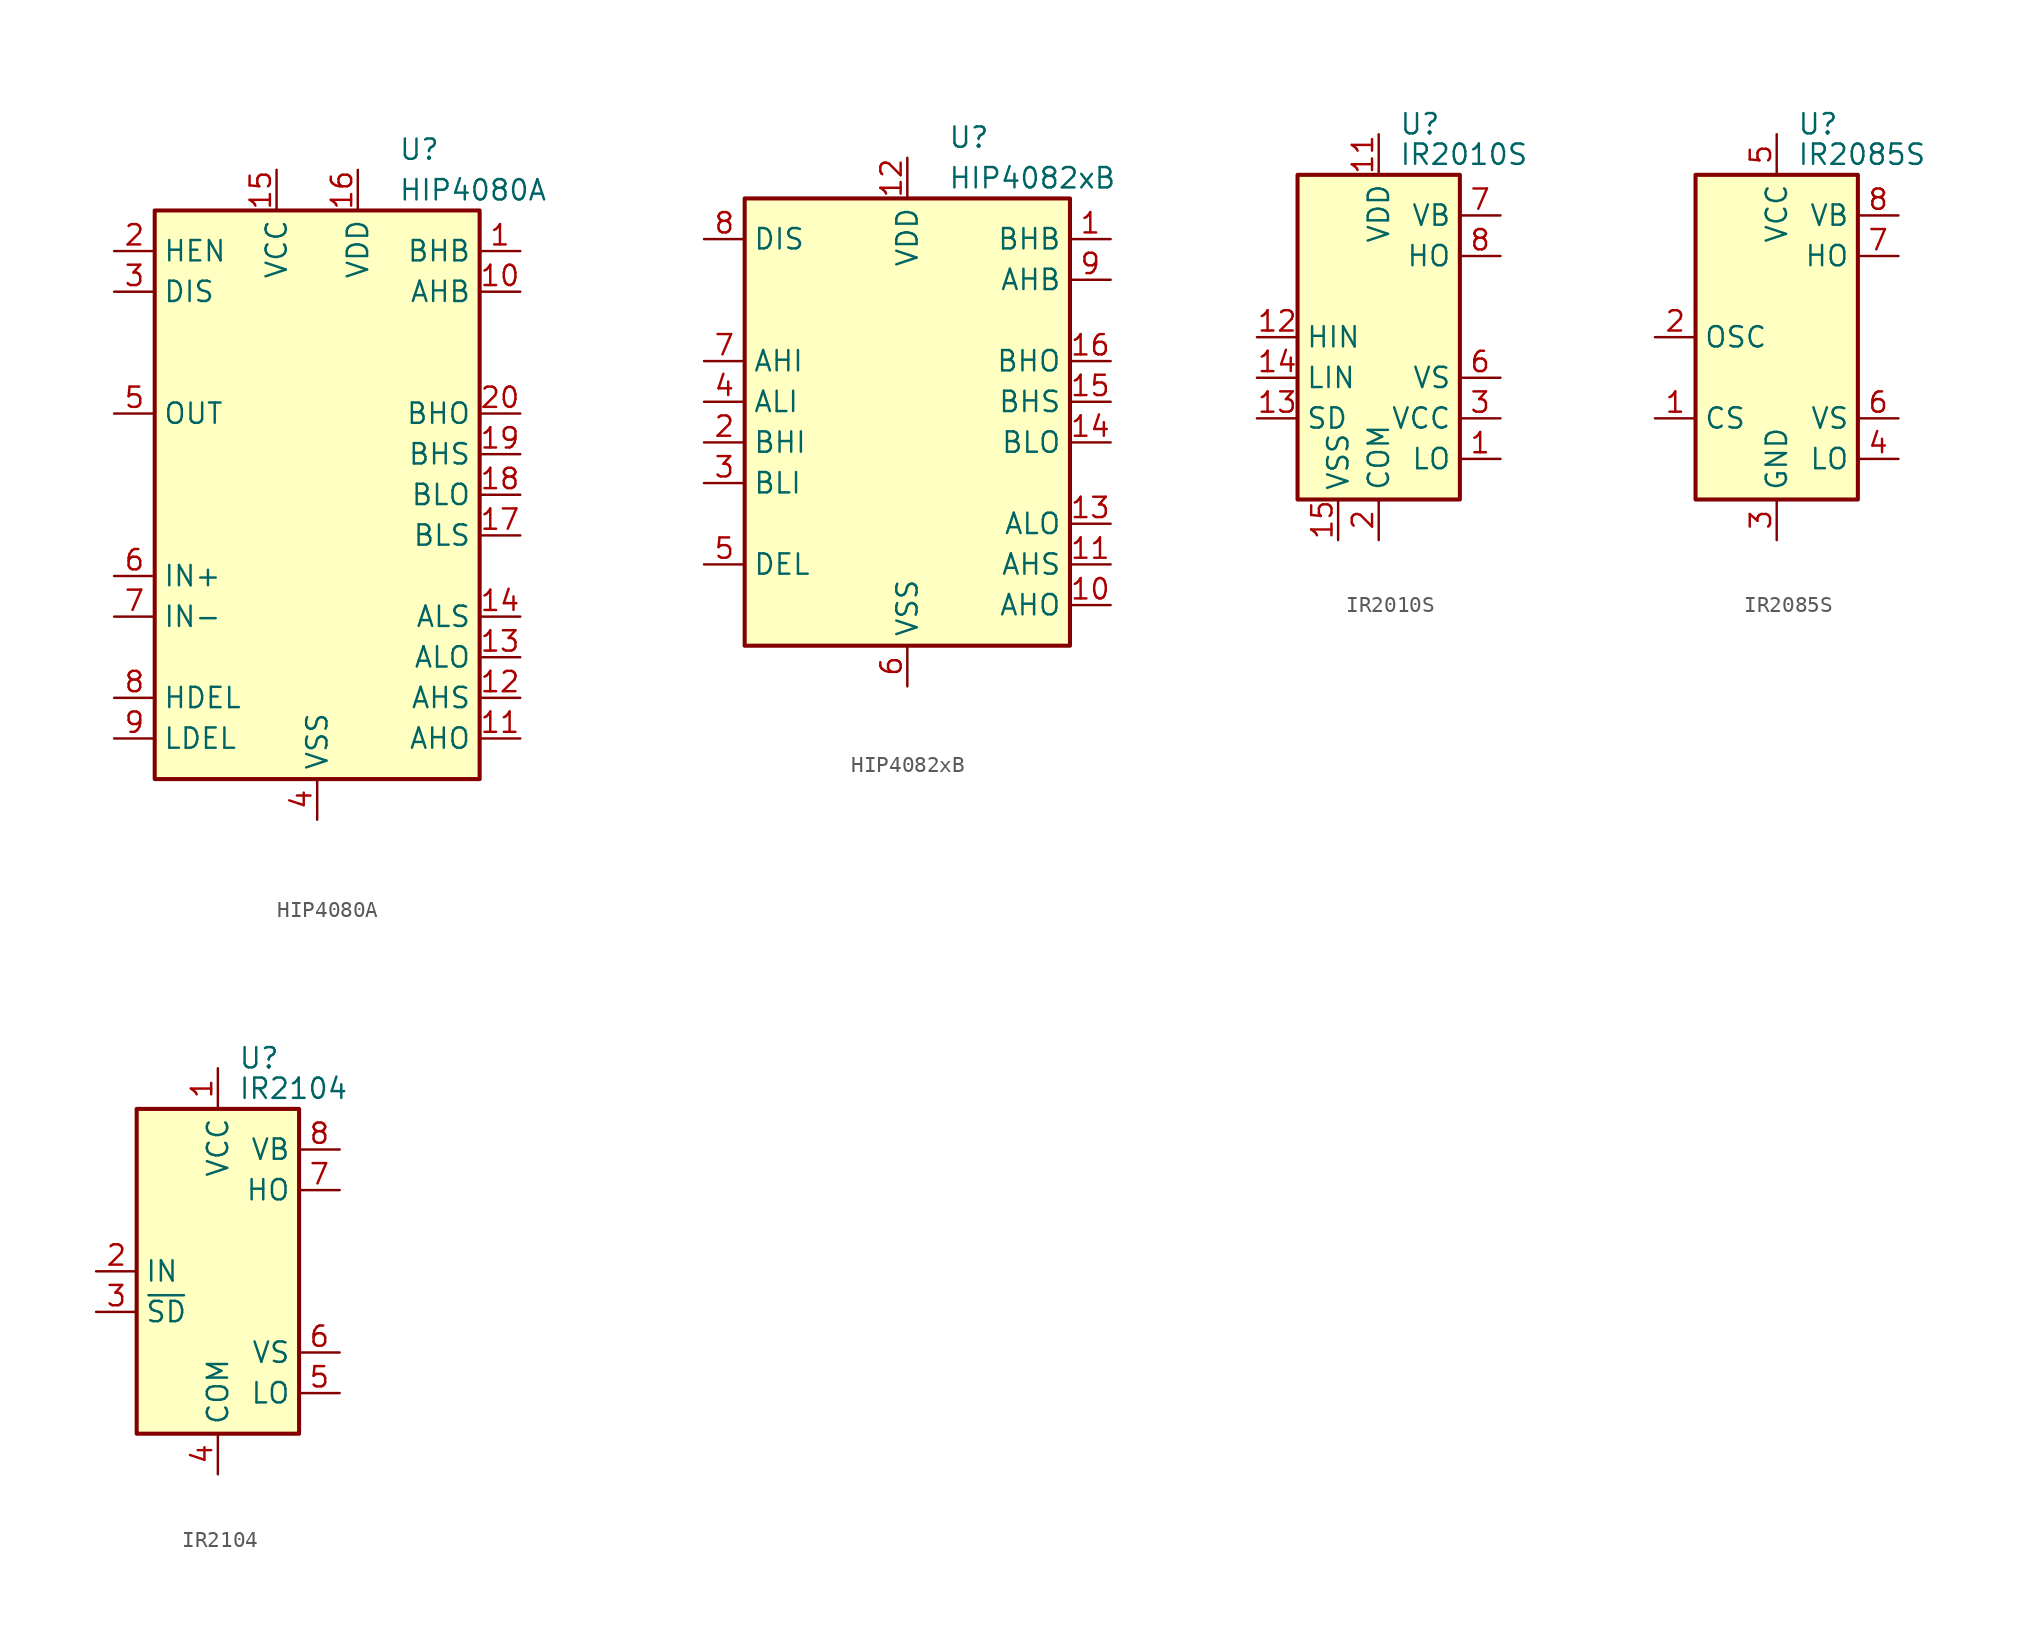
<source format=kicad_sym>
(kicad_symbol_lib
  (version 20220914)
  (generator kicad_symbol_editor)
  (symbol "HIP4080A"
    (property "Reference" "U"
      (at 5.08 21.59 0)
      (effects (font (size 1.27 1.27)) (justify left)))
    (property "Value" "HIP4080A"
      (at 5.08 19.05 0)
      (effects (font (size 1.27 1.27)) (justify left)))
    (symbol "HIP4080A_0_1"
      (rectangle (start -10.16 -17.78) (end 10.16 17.78) (stroke (width 0.254) (type default)) (fill (type background))))
    (symbol "HIP4080A_1_1"
      (pin input line (at 12.7 15.24 180) (length 2.54) (name "BHB" (effects (font (size 1.27 1.27)))) (number "1" (effects (font (size 1.27 1.27)))))
      (pin input line (at 12.7 12.7 180) (length 2.54) (name "AHB" (effects (font (size 1.27 1.27)))) (number "10" (effects (font (size 1.27 1.27)))))
      (pin output line (at 12.7 -15.24 180) (length 2.54) (name "AHO" (effects (font (size 1.27 1.27)))) (number "11" (effects (font (size 1.27 1.27)))))
      (pin passive line (at 12.7 -12.7 180) (length 2.54) (name "AHS" (effects (font (size 1.27 1.27)))) (number "12" (effects (font (size 1.27 1.27)))))
      (pin output line (at 12.7 -10.16 180) (length 2.54) (name "ALO" (effects (font (size 1.27 1.27)))) (number "13" (effects (font (size 1.27 1.27)))))
      (pin passive line (at 12.7 -7.62 180) (length 2.54) (name "ALS" (effects (font (size 1.27 1.27)))) (number "14" (effects (font (size 1.27 1.27)))))
      (pin power_in line (at -2.54 20.32 270) (length 2.54) (name "VCC" (effects (font (size 1.27 1.27)))) (number "15" (effects (font (size 1.27 1.27)))))
      (pin power_in line (at 2.54 20.32 270) (length 2.54) (name "VDD" (effects (font (size 1.27 1.27)))) (number "16" (effects (font (size 1.27 1.27)))))
      (pin passive line (at 12.7 -2.54 180) (length 2.54) (name "BLS" (effects (font (size 1.27 1.27)))) (number "17" (effects (font (size 1.27 1.27)))))
      (pin output line (at 12.7 0 180) (length 2.54) (name "BLO" (effects (font (size 1.27 1.27)))) (number "18" (effects (font (size 1.27 1.27)))))
      (pin passive line (at 12.7 2.54 180) (length 2.54) (name "BHS" (effects (font (size 1.27 1.27)))) (number "19" (effects (font (size 1.27 1.27)))))
      (pin output line (at -12.7 15.24 0) (length 2.54) (name "HEN" (effects (font (size 1.27 1.27)))) (number "2" (effects (font (size 1.27 1.27)))))
      (pin output line (at 12.7 5.08 180) (length 2.54) (name "BHO" (effects (font (size 1.27 1.27)))) (number "20" (effects (font (size 1.27 1.27)))))
      (pin output line (at -12.7 12.7 0) (length 2.54) (name "DIS" (effects (font (size 1.27 1.27)))) (number "3" (effects (font (size 1.27 1.27)))))
      (pin power_in line (at 0 -20.32 90) (length 2.54) (name "VSS" (effects (font (size 1.27 1.27)))) (number "4" (effects (font (size 1.27 1.27)))))
      (pin output line (at -12.7 5.08 0) (length 2.54) (name "OUT" (effects (font (size 1.27 1.27)))) (number "5" (effects (font (size 1.27 1.27)))))
      (pin input line (at -12.7 -5.08 0) (length 2.54) (name "IN+" (effects (font (size 1.27 1.27)))) (number "6" (effects (font (size 1.27 1.27)))))
      (pin input line (at -12.7 -7.62 0) (length 2.54) (name "IN-" (effects (font (size 1.27 1.27)))) (number "7" (effects (font (size 1.27 1.27)))))
      (pin passive line (at -12.7 -12.7 0) (length 2.54) (name "HDEL" (effects (font (size 1.27 1.27)))) (number "8" (effects (font (size 1.27 1.27)))))
      (pin passive line (at -12.7 -15.24 0) (length 2.54) (name "LDEL" (effects (font (size 1.27 1.27)))) (number "9" (effects (font (size 1.27 1.27)))))))
  (symbol "HIP4082xB"
    (property "Reference" "U"
      (at 2.54 16.51 0)
      (effects (font (size 1.27 1.27)) (justify left)))
    (property "Value" "HIP4082xB"
      (at 2.54 13.97 0)
      (effects (font (size 1.27 1.27)) (justify left)))
    (symbol "HIP4082xB_0_0"
      (pin passive line (at -12.7 -10.16 0) (length 2.54) (name "DEL" (effects (font (size 1.27 1.27)))) (number "5" (effects (font (size 1.27 1.27))))))
    (symbol "HIP4082xB_1_1"
      (rectangle (start -10.16 -15.24) (end 10.16 12.7) (stroke (width 0.254) (type default)) (fill (type background)))
      (pin input line (at 12.7 10.16 180) (length 2.54) (name "BHB" (effects (font (size 1.27 1.27)))) (number "1" (effects (font (size 1.27 1.27)))))
      (pin output line (at 12.7 -12.7 180) (length 2.54) (name "AHO" (effects (font (size 1.27 1.27)))) (number "10" (effects (font (size 1.27 1.27)))))
      (pin passive line (at 12.7 -10.16 180) (length 2.54) (name "AHS" (effects (font (size 1.27 1.27)))) (number "11" (effects (font (size 1.27 1.27)))))
      (pin power_in line (at 0 15.24 270) (length 2.54) (name "VDD" (effects (font (size 1.27 1.27)))) (number "12" (effects (font (size 1.27 1.27)))))
      (pin output line (at 12.7 -7.62 180) (length 2.54) (name "ALO" (effects (font (size 1.27 1.27)))) (number "13" (effects (font (size 1.27 1.27)))))
      (pin output line (at 12.7 -2.54 180) (length 2.54) (name "BLO" (effects (font (size 1.27 1.27)))) (number "14" (effects (font (size 1.27 1.27)))))
      (pin passive line (at 12.7 0 180) (length 2.54) (name "BHS" (effects (font (size 1.27 1.27)))) (number "15" (effects (font (size 1.27 1.27)))))
      (pin output line (at 12.7 2.54 180) (length 2.54) (name "BHO" (effects (font (size 1.27 1.27)))) (number "16" (effects (font (size 1.27 1.27)))))
      (pin input line (at -12.7 -2.54 0) (length 2.54) (name "BHI" (effects (font (size 1.27 1.27)))) (number "2" (effects (font (size 1.27 1.27)))))
      (pin input line (at -12.7 -5.08 0) (length 2.54) (name "BLI" (effects (font (size 1.27 1.27)))) (number "3" (effects (font (size 1.27 1.27)))))
      (pin input line (at -12.7 0 0) (length 2.54) (name "ALI" (effects (font (size 1.27 1.27)))) (number "4" (effects (font (size 1.27 1.27)))))
      (pin power_in line (at 0 -17.78 90) (length 2.54) (name "VSS" (effects (font (size 1.27 1.27)))) (number "6" (effects (font (size 1.27 1.27)))))
      (pin input line (at -12.7 2.54 0) (length 2.54) (name "AHI" (effects (font (size 1.27 1.27)))) (number "7" (effects (font (size 1.27 1.27)))))
      (pin input line (at -12.7 10.16 0) (length 2.54) (name "DIS" (effects (font (size 1.27 1.27)))) (number "8" (effects (font (size 1.27 1.27)))))
      (pin input line (at 12.7 7.62 180) (length 2.54) (name "AHB" (effects (font (size 1.27 1.27)))) (number "9" (effects (font (size 1.27 1.27)))))))
  (symbol "IR2010S"
    (property "Reference" "U"
      (at 1.27 13.335 0)
      (effects (font (size 1.27 1.27)) (justify left)))
    (property "Value" "IR2010S"
      (at 1.27 11.43 0)
      (effects (font (size 1.27 1.27)) (justify left)))
    (symbol "IR2010S_0_1"
      (rectangle (start -5.08 -10.16) (end 5.08 10.16) (stroke (width 0.254) (type default)) (fill (type background))))
    (symbol "IR2010S_1_1"
      (pin output line (at 7.62 -7.62 180) (length 2.54) (name "LO" (effects (font (size 1.27 1.27)))) (number "1" (effects (font (size 1.27 1.27)))))
      (pin no_connect line (at 5.08 2.54 180) (length 2.54) hide (name "NC" (effects (font (size 1.27 1.27)))) (number "10" (effects (font (size 1.27 1.27)))))
      (pin power_in line (at 0 12.7 270) (length 2.54) (name "VDD" (effects (font (size 1.27 1.27)))) (number "11" (effects (font (size 1.27 1.27)))))
      (pin input line (at -7.62 0 0) (length 2.54) (name "HIN" (effects (font (size 1.27 1.27)))) (number "12" (effects (font (size 1.27 1.27)))))
      (pin input line (at -7.62 -5.08 0) (length 2.54) (name "SD" (effects (font (size 1.27 1.27)))) (number "13" (effects (font (size 1.27 1.27)))))
      (pin input line (at -7.62 -2.54 0) (length 2.54) (name "LIN" (effects (font (size 1.27 1.27)))) (number "14" (effects (font (size 1.27 1.27)))))
      (pin power_in line (at -2.54 -12.7 90) (length 2.54) (name "VSS" (effects (font (size 1.27 1.27)))) (number "15" (effects (font (size 1.27 1.27)))))
      (pin no_connect line (at 5.08 0 180) (length 2.54) hide (name "NC" (effects (font (size 1.27 1.27)))) (number "16" (effects (font (size 1.27 1.27)))))
      (pin power_in line (at 0 -12.7 90) (length 2.54) (name "COM" (effects (font (size 1.27 1.27)))) (number "2" (effects (font (size 1.27 1.27)))))
      (pin power_in line (at 7.62 -5.08 180) (length 2.54) (name "VCC" (effects (font (size 1.27 1.27)))) (number "3" (effects (font (size 1.27 1.27)))))
      (pin no_connect line (at -5.08 7.62 0) (length 2.54) hide (name "NC" (effects (font (size 1.27 1.27)))) (number "4" (effects (font (size 1.27 1.27)))))
      (pin no_connect line (at -5.08 5.08 0) (length 2.54) hide (name "NC" (effects (font (size 1.27 1.27)))) (number "5" (effects (font (size 1.27 1.27)))))
      (pin passive line (at 7.62 -2.54 180) (length 2.54) (name "VS" (effects (font (size 1.27 1.27)))) (number "6" (effects (font (size 1.27 1.27)))))
      (pin passive line (at 7.62 7.62 180) (length 2.54) (name "VB" (effects (font (size 1.27 1.27)))) (number "7" (effects (font (size 1.27 1.27)))))
      (pin output line (at 7.62 5.08 180) (length 2.54) (name "HO" (effects (font (size 1.27 1.27)))) (number "8" (effects (font (size 1.27 1.27)))))
      (pin no_connect line (at -5.08 2.54 0) (length 2.54) hide (name "NC" (effects (font (size 1.27 1.27)))) (number "9" (effects (font (size 1.27 1.27)))))))
  (symbol "IR2085S"
    (property "Reference" "U"
      (at 1.27 13.335 0)
      (effects (font (size 1.27 1.27)) (justify left)))
    (property "Value" "IR2085S"
      (at 1.27 11.43 0)
      (effects (font (size 1.27 1.27)) (justify left)))
    (symbol "IR2085S_0_1"
      (rectangle (start -5.08 -10.16) (end 5.08 10.16) (stroke (width 0.254) (type default)) (fill (type background))))
    (symbol "IR2085S_1_1"
      (pin input line (at -7.62 -5.08 0) (length 2.54) (name "CS" (effects (font (size 1.27 1.27)))) (number "1" (effects (font (size 1.27 1.27)))))
      (pin passive line (at -7.62 0 0) (length 2.54) (name "OSC" (effects (font (size 1.27 1.27)))) (number "2" (effects (font (size 1.27 1.27)))))
      (pin power_in line (at 0 -12.7 90) (length 2.54) (name "GND" (effects (font (size 1.27 1.27)))) (number "3" (effects (font (size 1.27 1.27)))))
      (pin output line (at 7.62 -7.62 180) (length 2.54) (name "LO" (effects (font (size 1.27 1.27)))) (number "4" (effects (font (size 1.27 1.27)))))
      (pin power_in line (at 0 12.7 270) (length 2.54) (name "VCC" (effects (font (size 1.27 1.27)))) (number "5" (effects (font (size 1.27 1.27)))))
      (pin passive line (at 7.62 -5.08 180) (length 2.54) (name "VS" (effects (font (size 1.27 1.27)))) (number "6" (effects (font (size 1.27 1.27)))))
      (pin output line (at 7.62 5.08 180) (length 2.54) (name "HO" (effects (font (size 1.27 1.27)))) (number "7" (effects (font (size 1.27 1.27)))))
      (pin passive line (at 7.62 7.62 180) (length 2.54) (name "VB" (effects (font (size 1.27 1.27)))) (number "8" (effects (font (size 1.27 1.27)))))))
  (symbol "IR2104"
    (property "Reference" "U"
      (at 1.27 13.335 0)
      (effects (font (size 1.27 1.27)) (justify left)))
    (property "Value" "IR2104"
      (at 1.27 11.43 0)
      (effects (font (size 1.27 1.27)) (justify left)))
    (symbol "IR2104_0_1"
      (rectangle (start -5.08 -10.16) (end 5.08 10.16) (stroke (width 0.254) (type default)) (fill (type background))))
    (symbol "IR2104_1_1"
      (pin power_in line (at 0 12.7 270) (length 2.54) (name "VCC" (effects (font (size 1.27 1.27)))) (number "1" (effects (font (size 1.27 1.27)))))
      (pin input line (at -7.62 0 0) (length 2.54) (name "IN" (effects (font (size 1.27 1.27)))) (number "2" (effects (font (size 1.27 1.27)))))
      (pin input line (at -7.62 -2.54 0) (length 2.54) (name "~{SD}" (effects (font (size 1.27 1.27)))) (number "3" (effects (font (size 1.27 1.27)))))
      (pin power_in line (at 0 -12.7 90) (length 2.54) (name "COM" (effects (font (size 1.27 1.27)))) (number "4" (effects (font (size 1.27 1.27)))))
      (pin output line (at 7.62 -7.62 180) (length 2.54) (name "LO" (effects (font (size 1.27 1.27)))) (number "5" (effects (font (size 1.27 1.27)))))
      (pin passive line (at 7.62 -5.08 180) (length 2.54) (name "VS" (effects (font (size 1.27 1.27)))) (number "6" (effects (font (size 1.27 1.27)))))
      (pin output line (at 7.62 5.08 180) (length 2.54) (name "HO" (effects (font (size 1.27 1.27)))) (number "7" (effects (font (size 1.27 1.27)))))
      (pin passive line (at 7.62 7.62 180) (length 2.54) (name "VB" (effects (font (size 1.27 1.27)))) (number "8" (effects (font (size 1.27 1.27))))))))
</source>
